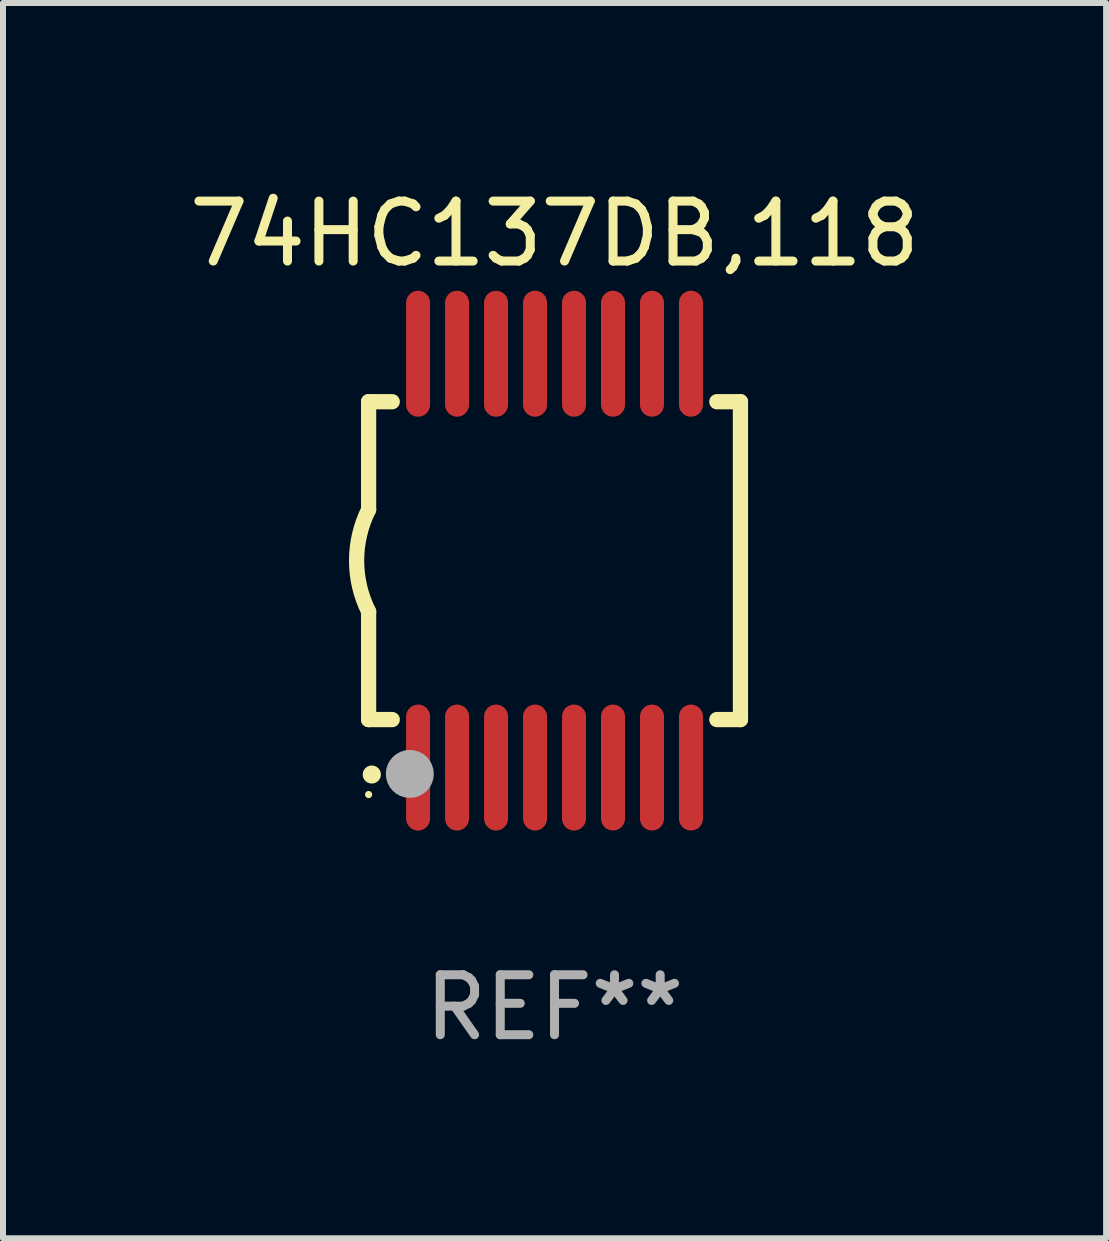
<source format=kicad_pcb>
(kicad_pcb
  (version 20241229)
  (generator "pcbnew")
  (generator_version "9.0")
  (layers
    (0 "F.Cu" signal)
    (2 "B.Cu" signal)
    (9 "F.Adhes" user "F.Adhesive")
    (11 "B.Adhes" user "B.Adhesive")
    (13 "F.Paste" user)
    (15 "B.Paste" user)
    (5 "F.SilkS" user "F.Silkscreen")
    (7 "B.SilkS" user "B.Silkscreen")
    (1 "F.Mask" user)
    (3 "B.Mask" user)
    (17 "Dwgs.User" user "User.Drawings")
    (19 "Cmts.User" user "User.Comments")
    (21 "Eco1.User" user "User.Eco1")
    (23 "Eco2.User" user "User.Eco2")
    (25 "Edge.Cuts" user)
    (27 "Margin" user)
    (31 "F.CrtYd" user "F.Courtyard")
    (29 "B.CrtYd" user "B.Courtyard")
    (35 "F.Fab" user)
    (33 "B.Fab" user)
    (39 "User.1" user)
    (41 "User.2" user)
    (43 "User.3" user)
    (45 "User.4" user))
  (footprint "74HC137DB,118"
    (layer "F.Cu")
    (at 6.196 6.298)
    (property "Reference" "74HC137DB,118" (at 0 -5.45 0) (layer "F.SilkS") (effects (font (size 1 1) (thickness 0.15))))
    (attr through_hole)
    (fp_line (start -3.1 -2.65) (end -3.1 -0.85) (stroke (width 0.254) (type solid)) (layer "F.SilkS"))
    (fp_line (start -3.1 -2.65) (end -2.706 -2.65) (stroke (width 0.254) (type solid)) (layer "F.SilkS"))
    (fp_line (start -3.1 2.65) (end -3.1 0.85) (stroke (width 0.254) (type solid)) (layer "F.SilkS"))
    (fp_line (start -3.1 2.65) (end -2.706 2.65) (stroke (width 0.254) (type solid)) (layer "F.SilkS"))
    (fp_line (start 2.706 -2.65) (end 3.1 -2.65) (stroke (width 0.254) (type solid)) (layer "F.SilkS"))
    (fp_line (start 2.706 2.65) (end 3.1 2.65) (stroke (width 0.254) (type solid)) (layer "F.SilkS"))
    (fp_line (start 3.1 -2.65) (end 3.1 2.65) (stroke (width 0.254) (type solid)) (layer "F.SilkS"))
    (fp_arc (start -3.098907 0.850902) (mid -3.300057 0.000523) (end -3.1 -0.850114) (stroke (width 0.254001) (type solid)) (layer "F.SilkS"))
    (fp_arc (start -3.048006 3.566066) (mid -3.046736 3.566061) (end -3.045466 3.566066) (stroke (width 0.3) (type solid)) (layer "F.SilkS"))
    (fp_circle (center -3.1 3.9) (end -3.07 3.9) (stroke (width 0.06) (type solid)) (fill no) (layer "F.SilkS"))
    (fp_circle (center -2.413 3.556) (end -2.213 3.556) (stroke (width 0.4) (type solid)) (fill no) (layer "F.Fab"))
    (fp_text user "REF**" (at 0 7.45 0) (layer "F.Fab") (effects (font (size 1 1) (thickness 0.15))))
    (pad "1" smd oval (at -2.275 3.45 180) (size 0.4 2.1) (layers "F.Cu" "F.Mask" "F.Paste"))
    (pad "2" smd oval (at -1.625 3.45 180) (size 0.4 2.1) (layers "F.Cu" "F.Mask" "F.Paste"))
    (pad "3" smd oval (at -0.975 3.45 180) (size 0.4 2.1) (layers "F.Cu" "F.Mask" "F.Paste"))
    (pad "4" smd oval (at -0.325 3.45 180) (size 0.4 2.1) (layers "F.Cu" "F.Mask" "F.Paste"))
    (pad "5" smd oval (at 0.325 3.45 180) (size 0.4 2.1) (layers "F.Cu" "F.Mask" "F.Paste"))
    (pad "6" smd oval (at 0.975 3.45 180) (size 0.4 2.1) (layers "F.Cu" "F.Mask" "F.Paste"))
    (pad "7" smd oval (at 1.625 3.45 180) (size 0.4 2.1) (layers "F.Cu" "F.Mask" "F.Paste"))
    (pad "8" smd oval (at 2.275 3.45 180) (size 0.4 2.1) (layers "F.Cu" "F.Mask" "F.Paste"))
    (pad "9" smd oval (at 2.275 -3.45 180) (size 0.4 2.1) (layers "F.Cu" "F.Mask" "F.Paste"))
    (pad "10" smd oval (at 1.625 -3.45 180) (size 0.4 2.1) (layers "F.Cu" "F.Mask" "F.Paste"))
    (pad "11" smd oval (at 0.975 -3.45 180) (size 0.4 2.1) (layers "F.Cu" "F.Mask" "F.Paste"))
    (pad "12" smd oval (at 0.325 -3.45 180) (size 0.4 2.1) (layers "F.Cu" "F.Mask" "F.Paste"))
    (pad "13" smd oval (at -0.325 -3.45 180) (size 0.4 2.1) (layers "F.Cu" "F.Mask" "F.Paste"))
    (pad "14" smd oval (at -0.975 -3.45 180) (size 0.4 2.1) (layers "F.Cu" "F.Mask" "F.Paste"))
    (pad "15" smd oval (at -1.625 -3.45 180) (size 0.4 2.1) (layers "F.Cu" "F.Mask" "F.Paste"))
    (pad "16" smd oval (at -2.275 -3.45 180) (size 0.4 2.1) (layers "F.Cu" "F.Mask" "F.Paste")))
  (gr_rect
    (start -3 -3)
    (end 15.393 17.597)
    (stroke (width 0.1) (type default))
    (fill no)
    (layer "Edge.Cuts")))
</source>
